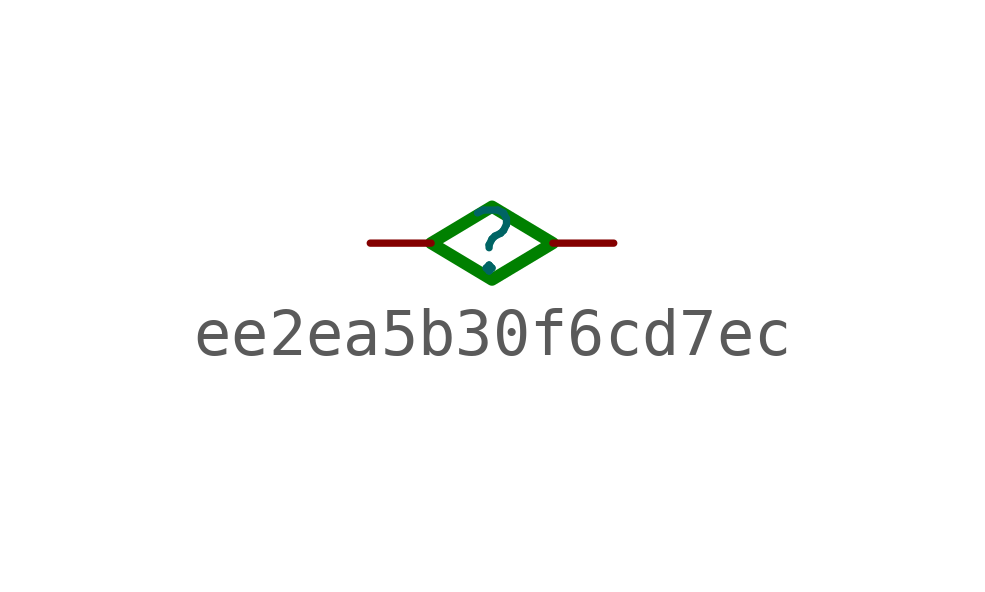
<source format=kicad_sym>
(kicad_symbol_lib
  (version 20241209)
  (generator "kicad_symbol_editor")
  (generator_version "9.0")
  (symbol "ee2ea5b30f6cd7ec"
    (property "Reference" ""
      (at 0 0 0)
      (effects (font (size 1.27 1.27))))
    (property "Value" ""
      (at 0 0 0)
      (effects (font (size 1.27 1.27))))
    (symbol "ee2ea5b30f6cd7ec_1_0"
      (polyline (pts (xy 0 0.762) (xy 1.27 0) (xy 0 -0.762) (xy -1.27 0) (xy 0 0.762)) (stroke (width 0.254) (type solid) (color 0 128 0 1)) (fill (type none)))
      (pin input line (at -2.54 0 0) (length 1.27) (name "" (effects (font (size 0.025 0.025)))) (number "" (effects (font (size 1.27 1.27)))))
      (pin input line (at 2.54 0 180) (length 1.27) (name "" (effects (font (size 0.025 0.025)))) (number "" (effects (font (size 1.27 1.27))))))))
</source>
